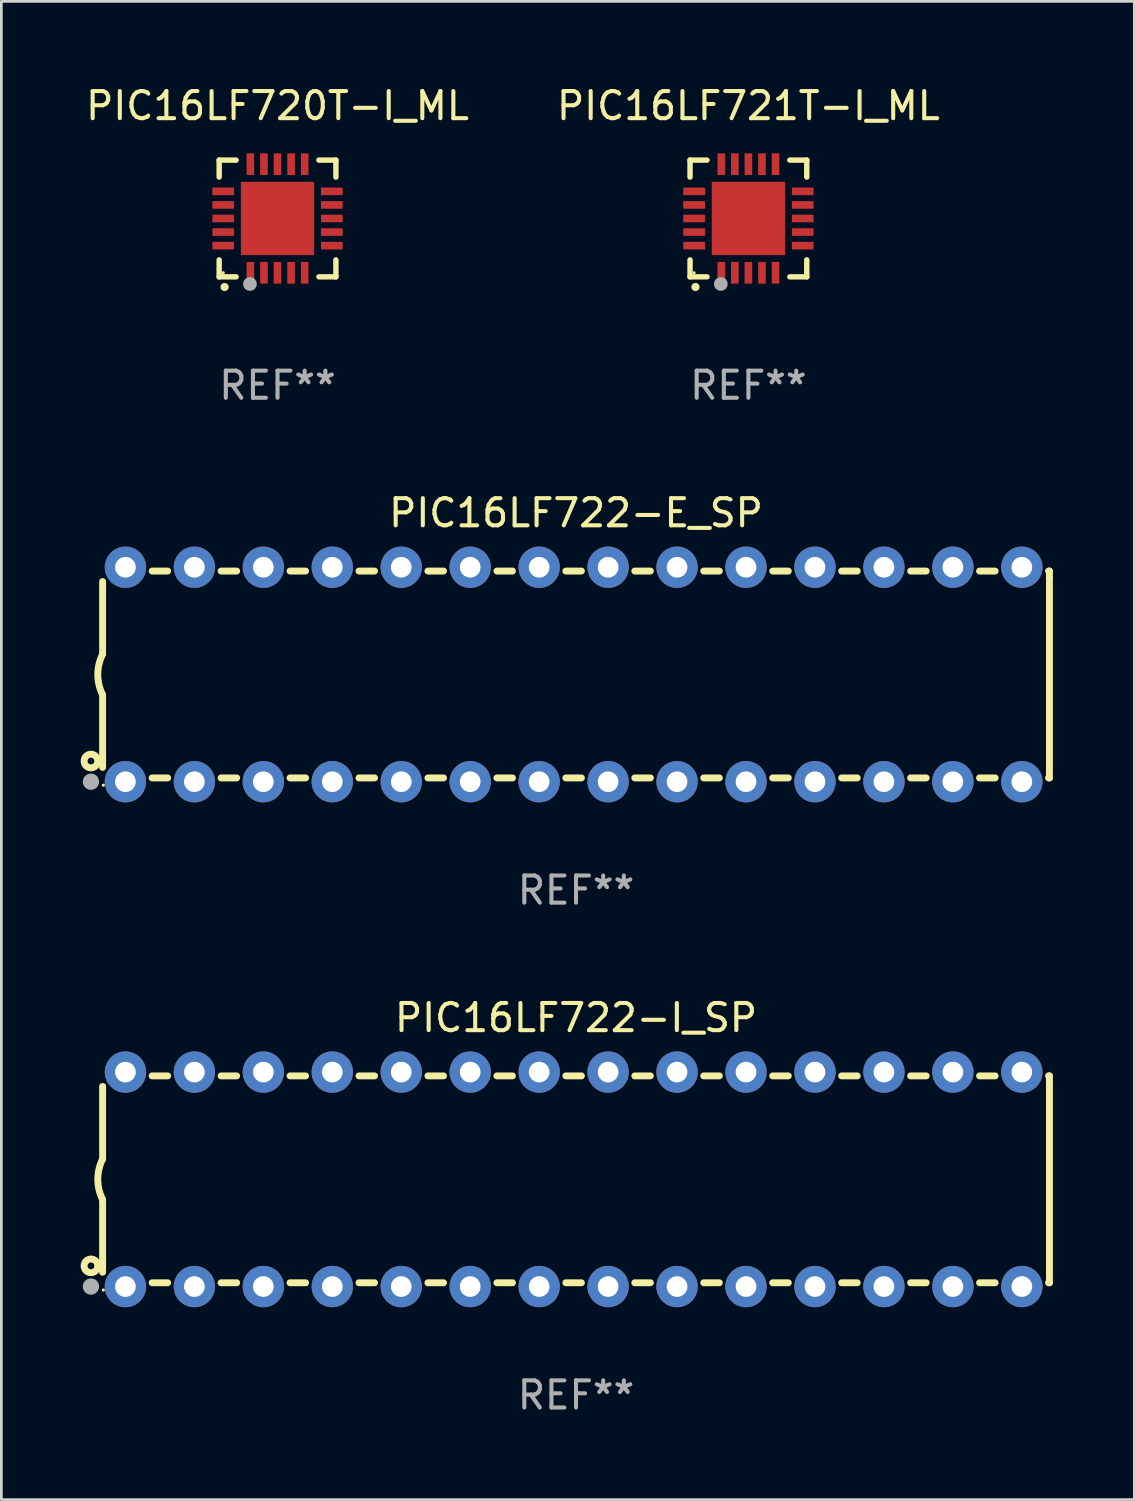
<source format=kicad_pcb>
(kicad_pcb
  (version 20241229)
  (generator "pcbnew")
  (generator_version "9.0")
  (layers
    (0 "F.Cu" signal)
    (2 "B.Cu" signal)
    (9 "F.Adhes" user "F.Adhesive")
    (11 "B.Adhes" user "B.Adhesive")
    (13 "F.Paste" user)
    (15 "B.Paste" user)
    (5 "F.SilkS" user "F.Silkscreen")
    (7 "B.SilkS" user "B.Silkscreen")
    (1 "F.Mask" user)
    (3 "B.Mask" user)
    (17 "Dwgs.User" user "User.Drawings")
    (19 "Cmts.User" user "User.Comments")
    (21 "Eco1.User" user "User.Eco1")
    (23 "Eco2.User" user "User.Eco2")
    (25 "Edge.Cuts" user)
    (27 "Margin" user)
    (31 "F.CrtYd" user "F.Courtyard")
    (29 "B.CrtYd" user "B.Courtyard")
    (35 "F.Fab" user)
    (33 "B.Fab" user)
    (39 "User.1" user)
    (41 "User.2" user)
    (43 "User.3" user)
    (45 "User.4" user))
  (footprint "PIC16LF722-I_SP"
    (layer "F.Cu")
    (at 18.168 40.391)
    (property "Reference" "PIC16LF722-I_SP" (at 0 -5.95 0) (layer "F.SilkS") (effects (font (size 1 1) (thickness 0.15))))
    (attr through_hole)
    (fp_line (start -17.438 0.75) (end -17.438 3.423) (stroke (width 0.254) (type solid)) (layer "F.SilkS"))
    (fp_line (start -17.438 -3.423) (end -17.438 -0.75) (stroke (width 0.254) (type solid)) (layer "F.SilkS"))
    (fp_line (start -15.615 3.81) (end -15.041 3.81) (stroke (width 0.254) (type solid)) (layer "F.SilkS"))
    (fp_line (start -15.041 -3.81) (end -15.614 -3.81) (stroke (width 0.254) (type solid)) (layer "F.SilkS"))
    (fp_line (start -13.075 3.81) (end -12.501 3.81) (stroke (width 0.254) (type solid)) (layer "F.SilkS"))
    (fp_line (start -12.501 -3.81) (end -13.074 -3.81) (stroke (width 0.254) (type solid)) (layer "F.SilkS"))
    (fp_line (start -10.535 3.81) (end -9.961 3.81) (stroke (width 0.254) (type solid)) (layer "F.SilkS"))
    (fp_line (start -9.961 -3.81) (end -10.534 -3.81) (stroke (width 0.254) (type solid)) (layer "F.SilkS"))
    (fp_line (start -7.995 3.81) (end -7.421 3.81) (stroke (width 0.254) (type solid)) (layer "F.SilkS"))
    (fp_line (start -7.421 -3.81) (end -7.995 -3.81) (stroke (width 0.254) (type solid)) (layer "F.SilkS"))
    (fp_line (start -5.455 3.81) (end -4.881 3.81) (stroke (width 0.254) (type solid)) (layer "F.SilkS"))
    (fp_line (start -4.881 -3.81) (end -5.455 -3.81) (stroke (width 0.254) (type solid)) (layer "F.SilkS"))
    (fp_line (start -2.915 3.81) (end -2.341 3.81) (stroke (width 0.254) (type solid)) (layer "F.SilkS"))
    (fp_line (start -2.341 -3.81) (end -2.915 -3.81) (stroke (width 0.254) (type solid)) (layer "F.SilkS"))
    (fp_line (start -0.375 3.81) (end 0.199 3.81) (stroke (width 0.254) (type solid)) (layer "F.SilkS"))
    (fp_line (start 0.199 -3.81) (end -0.375 -3.81) (stroke (width 0.254) (type solid)) (layer "F.SilkS"))
    (fp_line (start 2.165 3.81) (end 2.739 3.81) (stroke (width 0.254) (type solid)) (layer "F.SilkS"))
    (fp_line (start 2.739 -3.81) (end 2.165 -3.81) (stroke (width 0.254) (type solid)) (layer "F.SilkS"))
    (fp_line (start 4.705 3.81) (end 5.279 3.81) (stroke (width 0.254) (type solid)) (layer "F.SilkS"))
    (fp_line (start 5.279 -3.81) (end 4.705 -3.81) (stroke (width 0.254) (type solid)) (layer "F.SilkS"))
    (fp_line (start 7.245 3.81) (end 7.819 3.81) (stroke (width 0.254) (type solid)) (layer "F.SilkS"))
    (fp_line (start 7.819 -3.81) (end 7.245 -3.81) (stroke (width 0.254) (type solid)) (layer "F.SilkS"))
    (fp_line (start 9.785 3.81) (end 10.359 3.81) (stroke (width 0.254) (type solid)) (layer "F.SilkS"))
    (fp_line (start 10.359 -3.81) (end 9.785 -3.81) (stroke (width 0.254) (type solid)) (layer "F.SilkS"))
    (fp_line (start 12.325 3.81) (end 12.899 3.81) (stroke (width 0.254) (type solid)) (layer "F.SilkS"))
    (fp_line (start 12.899 -3.81) (end 12.325 -3.81) (stroke (width 0.254) (type solid)) (layer "F.SilkS"))
    (fp_line (start 14.865 3.81) (end 15.439 3.81) (stroke (width 0.254) (type solid)) (layer "F.SilkS"))
    (fp_line (start 15.439 -3.81) (end 14.865 -3.81) (stroke (width 0.254) (type solid)) (layer "F.SilkS"))
    (fp_line (start 17.405 3.81) (end 17.438 3.81) (stroke (width 0.254) (type solid)) (layer "F.SilkS"))
    (fp_line (start 17.438 -3.81) (end 17.405 -3.81) (stroke (width 0.254) (type solid)) (layer "F.SilkS"))
    (fp_line (start 17.438 -3.556) (end 17.438 -3.81) (stroke (width 0.254) (type solid)) (layer "F.SilkS"))
    (fp_line (start 17.438 3.81) (end 17.438 -3.556) (stroke (width 0.254) (type solid)) (layer "F.SilkS"))
    (fp_arc (start -17.437986 0.749657) (mid -17.614887 -0.000024) (end -17.437783 -0.749657) (stroke (width 0.254001) (type solid)) (layer "F.SilkS"))
    (fp_circle (center -17.868 3.188) (end -17.743 3.188) (stroke (width 0.254) (type solid)) (fill no) (layer "F.SilkS"))
    (fp_circle (center -17.411 4.077) (end -17.381 4.077) (stroke (width 0.06) (type solid)) (fill no) (layer "F.SilkS"))
    (fp_circle (center -17.868 3.95) (end -17.718 3.95) (stroke (width 0.3) (type solid)) (fill no) (layer "F.Fab"))
    (fp_text user "REF**" (at 0 7.95 0) (layer "F.Fab") (effects (font (size 1 1) (thickness 0.15))))
    (pad "1" thru_hole circle (at -16.598 3.95) (size 1.524 1.524) (drill 0.762) (layers "*.Cu" "*.Mask"))
    (pad "2" thru_hole circle (at -14.058 3.95) (size 1.524 1.524) (drill 0.762) (layers "*.Cu" "*.Mask"))
    (pad "3" thru_hole circle (at -11.518 3.95) (size 1.524 1.524) (drill 0.762) (layers "*.Cu" "*.Mask"))
    (pad "4" thru_hole circle (at -8.978 3.95) (size 1.524 1.524) (drill 0.762) (layers "*.Cu" "*.Mask"))
    (pad "5" thru_hole circle (at -6.438 3.95) (size 1.524 1.524) (drill 0.762) (layers "*.Cu" "*.Mask"))
    (pad "6" thru_hole circle (at -3.898 3.95) (size 1.524 1.524) (drill 0.762) (layers "*.Cu" "*.Mask"))
    (pad "7" thru_hole circle (at -1.358 3.95) (size 1.524 1.524) (drill 0.762) (layers "*.Cu" "*.Mask"))
    (pad "8" thru_hole circle (at 1.182 3.95) (size 1.524 1.524) (drill 0.762) (layers "*.Cu" "*.Mask"))
    (pad "9" thru_hole circle (at 3.722 3.95) (size 1.524 1.524) (drill 0.762) (layers "*.Cu" "*.Mask"))
    (pad "10" thru_hole circle (at 6.262 3.95) (size 1.524 1.524) (drill 0.762) (layers "*.Cu" "*.Mask"))
    (pad "11" thru_hole circle (at 8.802 3.95) (size 1.524 1.524) (drill 0.762) (layers "*.Cu" "*.Mask"))
    (pad "12" thru_hole circle (at 11.342 3.95) (size 1.524 1.524) (drill 0.762) (layers "*.Cu" "*.Mask"))
    (pad "13" thru_hole circle (at 13.882 3.95) (size 1.524 1.524) (drill 0.762) (layers "*.Cu" "*.Mask"))
    (pad "14" thru_hole circle (at 16.422 3.95) (size 1.524 1.524) (drill 0.762) (layers "*.Cu" "*.Mask"))
    (pad "15" thru_hole circle (at 16.422 -3.95) (size 1.524 1.524) (drill 0.762) (layers "*.Cu" "*.Mask"))
    (pad "16" thru_hole circle (at 13.882 -3.95) (size 1.524 1.524) (drill 0.762) (layers "*.Cu" "*.Mask"))
    (pad "17" thru_hole circle (at 11.342 -3.95) (size 1.524 1.524) (drill 0.762) (layers "*.Cu" "*.Mask"))
    (pad "18" thru_hole circle (at 8.802 -3.95) (size 1.524 1.524) (drill 0.762) (layers "*.Cu" "*.Mask"))
    (pad "19" thru_hole circle (at 6.262 -3.95) (size 1.524 1.524) (drill 0.762) (layers "*.Cu" "*.Mask"))
    (pad "20" thru_hole circle (at 3.722 -3.95) (size 1.524 1.524) (drill 0.762) (layers "*.Cu" "*.Mask"))
    (pad "21" thru_hole circle (at 1.182 -3.95) (size 1.524 1.524) (drill 0.762) (layers "*.Cu" "*.Mask"))
    (pad "22" thru_hole circle (at -1.358 -3.95) (size 1.524 1.524) (drill 0.762) (layers "*.Cu" "*.Mask"))
    (pad "23" thru_hole circle (at -3.898 -3.95) (size 1.524 1.524) (drill 0.762) (layers "*.Cu" "*.Mask"))
    (pad "24" thru_hole circle (at -6.438 -3.95) (size 1.524 1.524) (drill 0.762) (layers "*.Cu" "*.Mask"))
    (pad "25" thru_hole circle (at -8.978 -3.95) (size 1.524 1.524) (drill 0.762) (layers "*.Cu" "*.Mask"))
    (pad "26" thru_hole circle (at -11.517 -3.95) (size 1.524 1.524) (drill 0.762) (layers "*.Cu" "*.Mask"))
    (pad "27" thru_hole circle (at -14.057 -3.95) (size 1.524 1.524) (drill 0.762) (layers "*.Cu" "*.Mask"))
    (pad "28" thru_hole circle (at -16.597 -3.95) (size 1.524 1.524) (drill 0.762) (layers "*.Cu" "*.Mask")))
  (footprint "PIC16LF722-E_SP"
    (layer "F.Cu")
    (at 18.168 21.795)
    (property "Reference" "PIC16LF722-E_SP" (at 0 -5.95 0) (layer "F.SilkS") (effects (font (size 1 1) (thickness 0.15))))
    (attr through_hole)
    (fp_line (start -17.438 0.75) (end -17.438 3.423) (stroke (width 0.254) (type solid)) (layer "F.SilkS"))
    (fp_line (start -17.438 -3.423) (end -17.438 -0.75) (stroke (width 0.254) (type solid)) (layer "F.SilkS"))
    (fp_line (start -15.615 3.81) (end -15.041 3.81) (stroke (width 0.254) (type solid)) (layer "F.SilkS"))
    (fp_line (start -15.041 -3.81) (end -15.614 -3.81) (stroke (width 0.254) (type solid)) (layer "F.SilkS"))
    (fp_line (start -13.075 3.81) (end -12.501 3.81) (stroke (width 0.254) (type solid)) (layer "F.SilkS"))
    (fp_line (start -12.501 -3.81) (end -13.074 -3.81) (stroke (width 0.254) (type solid)) (layer "F.SilkS"))
    (fp_line (start -10.535 3.81) (end -9.961 3.81) (stroke (width 0.254) (type solid)) (layer "F.SilkS"))
    (fp_line (start -9.961 -3.81) (end -10.534 -3.81) (stroke (width 0.254) (type solid)) (layer "F.SilkS"))
    (fp_line (start -7.995 3.81) (end -7.421 3.81) (stroke (width 0.254) (type solid)) (layer "F.SilkS"))
    (fp_line (start -7.421 -3.81) (end -7.995 -3.81) (stroke (width 0.254) (type solid)) (layer "F.SilkS"))
    (fp_line (start -5.455 3.81) (end -4.881 3.81) (stroke (width 0.254) (type solid)) (layer "F.SilkS"))
    (fp_line (start -4.881 -3.81) (end -5.455 -3.81) (stroke (width 0.254) (type solid)) (layer "F.SilkS"))
    (fp_line (start -2.915 3.81) (end -2.341 3.81) (stroke (width 0.254) (type solid)) (layer "F.SilkS"))
    (fp_line (start -2.341 -3.81) (end -2.915 -3.81) (stroke (width 0.254) (type solid)) (layer "F.SilkS"))
    (fp_line (start -0.375 3.81) (end 0.199 3.81) (stroke (width 0.254) (type solid)) (layer "F.SilkS"))
    (fp_line (start 0.199 -3.81) (end -0.375 -3.81) (stroke (width 0.254) (type solid)) (layer "F.SilkS"))
    (fp_line (start 2.165 3.81) (end 2.739 3.81) (stroke (width 0.254) (type solid)) (layer "F.SilkS"))
    (fp_line (start 2.739 -3.81) (end 2.165 -3.81) (stroke (width 0.254) (type solid)) (layer "F.SilkS"))
    (fp_line (start 4.705 3.81) (end 5.279 3.81) (stroke (width 0.254) (type solid)) (layer "F.SilkS"))
    (fp_line (start 5.279 -3.81) (end 4.705 -3.81) (stroke (width 0.254) (type solid)) (layer "F.SilkS"))
    (fp_line (start 7.245 3.81) (end 7.819 3.81) (stroke (width 0.254) (type solid)) (layer "F.SilkS"))
    (fp_line (start 7.819 -3.81) (end 7.245 -3.81) (stroke (width 0.254) (type solid)) (layer "F.SilkS"))
    (fp_line (start 9.785 3.81) (end 10.359 3.81) (stroke (width 0.254) (type solid)) (layer "F.SilkS"))
    (fp_line (start 10.359 -3.81) (end 9.785 -3.81) (stroke (width 0.254) (type solid)) (layer "F.SilkS"))
    (fp_line (start 12.325 3.81) (end 12.899 3.81) (stroke (width 0.254) (type solid)) (layer "F.SilkS"))
    (fp_line (start 12.899 -3.81) (end 12.325 -3.81) (stroke (width 0.254) (type solid)) (layer "F.SilkS"))
    (fp_line (start 14.865 3.81) (end 15.439 3.81) (stroke (width 0.254) (type solid)) (layer "F.SilkS"))
    (fp_line (start 15.439 -3.81) (end 14.865 -3.81) (stroke (width 0.254) (type solid)) (layer "F.SilkS"))
    (fp_line (start 17.405 3.81) (end 17.438 3.81) (stroke (width 0.254) (type solid)) (layer "F.SilkS"))
    (fp_line (start 17.438 -3.81) (end 17.405 -3.81) (stroke (width 0.254) (type solid)) (layer "F.SilkS"))
    (fp_line (start 17.438 -3.556) (end 17.438 -3.81) (stroke (width 0.254) (type solid)) (layer "F.SilkS"))
    (fp_line (start 17.438 3.81) (end 17.438 -3.556) (stroke (width 0.254) (type solid)) (layer "F.SilkS"))
    (fp_arc (start -17.437986 0.749657) (mid -17.614887 -0.000024) (end -17.437783 -0.749657) (stroke (width 0.254001) (type solid)) (layer "F.SilkS"))
    (fp_circle (center -17.868 3.188) (end -17.743 3.188) (stroke (width 0.254) (type solid)) (fill no) (layer "F.SilkS"))
    (fp_circle (center -17.411 4.077) (end -17.381 4.077) (stroke (width 0.06) (type solid)) (fill no) (layer "F.SilkS"))
    (fp_circle (center -17.868 3.95) (end -17.718 3.95) (stroke (width 0.3) (type solid)) (fill no) (layer "F.Fab"))
    (fp_text user "REF**" (at 0 7.95 0) (layer "F.Fab") (effects (font (size 1 1) (thickness 0.15))))
    (pad "1" thru_hole circle (at -16.598 3.95) (size 1.524 1.524) (drill 0.762) (layers "*.Cu" "*.Mask"))
    (pad "2" thru_hole circle (at -14.058 3.95) (size 1.524 1.524) (drill 0.762) (layers "*.Cu" "*.Mask"))
    (pad "3" thru_hole circle (at -11.518 3.95) (size 1.524 1.524) (drill 0.762) (layers "*.Cu" "*.Mask"))
    (pad "4" thru_hole circle (at -8.978 3.95) (size 1.524 1.524) (drill 0.762) (layers "*.Cu" "*.Mask"))
    (pad "5" thru_hole circle (at -6.438 3.95) (size 1.524 1.524) (drill 0.762) (layers "*.Cu" "*.Mask"))
    (pad "6" thru_hole circle (at -3.898 3.95) (size 1.524 1.524) (drill 0.762) (layers "*.Cu" "*.Mask"))
    (pad "7" thru_hole circle (at -1.358 3.95) (size 1.524 1.524) (drill 0.762) (layers "*.Cu" "*.Mask"))
    (pad "8" thru_hole circle (at 1.182 3.95) (size 1.524 1.524) (drill 0.762) (layers "*.Cu" "*.Mask"))
    (pad "9" thru_hole circle (at 3.722 3.95) (size 1.524 1.524) (drill 0.762) (layers "*.Cu" "*.Mask"))
    (pad "10" thru_hole circle (at 6.262 3.95) (size 1.524 1.524) (drill 0.762) (layers "*.Cu" "*.Mask"))
    (pad "11" thru_hole circle (at 8.802 3.95) (size 1.524 1.524) (drill 0.762) (layers "*.Cu" "*.Mask"))
    (pad "12" thru_hole circle (at 11.342 3.95) (size 1.524 1.524) (drill 0.762) (layers "*.Cu" "*.Mask"))
    (pad "13" thru_hole circle (at 13.882 3.95) (size 1.524 1.524) (drill 0.762) (layers "*.Cu" "*.Mask"))
    (pad "14" thru_hole circle (at 16.422 3.95) (size 1.524 1.524) (drill 0.762) (layers "*.Cu" "*.Mask"))
    (pad "15" thru_hole circle (at 16.422 -3.95) (size 1.524 1.524) (drill 0.762) (layers "*.Cu" "*.Mask"))
    (pad "16" thru_hole circle (at 13.882 -3.95) (size 1.524 1.524) (drill 0.762) (layers "*.Cu" "*.Mask"))
    (pad "17" thru_hole circle (at 11.342 -3.95) (size 1.524 1.524) (drill 0.762) (layers "*.Cu" "*.Mask"))
    (pad "18" thru_hole circle (at 8.802 -3.95) (size 1.524 1.524) (drill 0.762) (layers "*.Cu" "*.Mask"))
    (pad "19" thru_hole circle (at 6.262 -3.95) (size 1.524 1.524) (drill 0.762) (layers "*.Cu" "*.Mask"))
    (pad "20" thru_hole circle (at 3.722 -3.95) (size 1.524 1.524) (drill 0.762) (layers "*.Cu" "*.Mask"))
    (pad "21" thru_hole circle (at 1.182 -3.95) (size 1.524 1.524) (drill 0.762) (layers "*.Cu" "*.Mask"))
    (pad "22" thru_hole circle (at -1.358 -3.95) (size 1.524 1.524) (drill 0.762) (layers "*.Cu" "*.Mask"))
    (pad "23" thru_hole circle (at -3.898 -3.95) (size 1.524 1.524) (drill 0.762) (layers "*.Cu" "*.Mask"))
    (pad "24" thru_hole circle (at -6.438 -3.95) (size 1.524 1.524) (drill 0.762) (layers "*.Cu" "*.Mask"))
    (pad "25" thru_hole circle (at -8.978 -3.95) (size 1.524 1.524) (drill 0.762) (layers "*.Cu" "*.Mask"))
    (pad "26" thru_hole circle (at -11.517 -3.95) (size 1.524 1.524) (drill 0.762) (layers "*.Cu" "*.Mask"))
    (pad "27" thru_hole circle (at -14.057 -3.95) (size 1.524 1.524) (drill 0.762) (layers "*.Cu" "*.Mask"))
    (pad "28" thru_hole circle (at -16.597 -3.95) (size 1.524 1.524) (drill 0.762) (layers "*.Cu" "*.Mask")))
  (footprint "PIC16LF721T-I_ML"
    (layer "F.Cu")
    (at 24.518 4.998)
    (property "Reference" "PIC16LF721T-I_ML" (at 0 -4.15 0) (layer "F.SilkS") (effects (font (size 1 1) (thickness 0.15))))
    (attr through_hole)
    (fp_line (start -2.15 -2.15) (end -2.15 -1.525) (stroke (width 0.2) (type solid)) (layer "F.SilkS"))
    (fp_line (start -2.15 2.15) (end -2.15 1.525) (stroke (width 0.2) (type solid)) (layer "F.SilkS"))
    (fp_line (start -1.525 -2.15) (end -2.15 -2.15) (stroke (width 0.2) (type solid)) (layer "F.SilkS"))
    (fp_line (start -1.525 2.15) (end -2.15 2.15) (stroke (width 0.2) (type solid)) (layer "F.SilkS"))
    (fp_line (start 1.525 2.15) (end 2.15 2.15) (stroke (width 0.2) (type solid)) (layer "F.SilkS"))
    (fp_line (start 2.15 -2.15) (end 1.525 -2.15) (stroke (width 0.2) (type solid)) (layer "F.SilkS"))
    (fp_line (start 2.15 -1.525) (end 2.15 -2.15) (stroke (width 0.2) (type solid)) (layer "F.SilkS"))
    (fp_line (start 2.15 2.15) (end 2.15 1.525) (stroke (width 0.2) (type solid)) (layer "F.SilkS"))
    (fp_arc (start -1.950724 2.524765) (mid -1.949454 2.52476) (end -1.948184 2.524765) (stroke (width 0.3) (type solid)) (layer "F.SilkS"))
    (fp_circle (center -2 2) (end -1.97 2) (stroke (width 0.06) (type solid)) (fill no) (layer "F.SilkS"))
    (fp_circle (center -1.016 2.413) (end -0.889 2.413) (stroke (width 0.254) (type solid)) (fill no) (layer "F.Fab"))
    (fp_text user "REF**" (at 0 6.15 0) (layer "F.Fab") (effects (font (size 1 1) (thickness 0.15))))
    (pad "1" smd rect (at -1 2) (size 0.28 0.8) (layers "F.Cu" "F.Mask" "F.Paste"))
    (pad "2" smd rect (at -0.5 2) (size 0.28 0.8) (layers "F.Cu" "F.Mask" "F.Paste"))
    (pad "3" smd rect (at 0 2) (size 0.28 0.8) (layers "F.Cu" "F.Mask" "F.Paste"))
    (pad "4" smd rect (at 0.5 2) (size 0.28 0.8) (layers "F.Cu" "F.Mask" "F.Paste"))
    (pad "5" smd rect (at 1 2) (size 0.28 0.8) (layers "F.Cu" "F.Mask" "F.Paste"))
    (pad "6" smd rect (at 2 1) (size 0.8 0.28) (layers "F.Cu" "F.Mask" "F.Paste"))
    (pad "7" smd rect (at 2 0.5) (size 0.8 0.28) (layers "F.Cu" "F.Mask" "F.Paste"))
    (pad "8" smd rect (at 2 0) (size 0.8 0.28) (layers "F.Cu" "F.Mask" "F.Paste"))
    (pad "9" smd rect (at 2 -0.5) (size 0.8 0.28) (layers "F.Cu" "F.Mask" "F.Paste"))
    (pad "10" smd rect (at 2 -1) (size 0.8 0.28) (layers "F.Cu" "F.Mask" "F.Paste"))
    (pad "11" smd rect (at 1 -2) (size 0.28 0.8) (layers "F.Cu" "F.Mask" "F.Paste"))
    (pad "12" smd rect (at 0.5 -2) (size 0.28 0.8) (layers "F.Cu" "F.Mask" "F.Paste"))
    (pad "13" smd rect (at 0 -2) (size 0.28 0.8) (layers "F.Cu" "F.Mask" "F.Paste"))
    (pad "14" smd rect (at -0.5 -2) (size 0.28 0.8) (layers "F.Cu" "F.Mask" "F.Paste"))
    (pad "15" smd rect (at -1 -2) (size 0.28 0.8) (layers "F.Cu" "F.Mask" "F.Paste"))
    (pad "16" smd rect (at -2 -1) (size 0.8 0.28) (layers "F.Cu" "F.Mask" "F.Paste"))
    (pad "17" smd rect (at -2 -0.5) (size 0.8 0.28) (layers "F.Cu" "F.Mask" "F.Paste"))
    (pad "18" smd rect (at -2 0) (size 0.8 0.28) (layers "F.Cu" "F.Mask" "F.Paste"))
    (pad "19" smd rect (at -2 0.5) (size 0.8 0.28) (layers "F.Cu" "F.Mask" "F.Paste"))
    (pad "20" smd rect (at -2 1) (size 0.8 0.28) (layers "F.Cu" "F.Mask" "F.Paste"))
    (pad "21" smd rect (at 0 0) (size 2.7 2.7) (layers "F.Cu" "F.Mask" "F.Paste")))
  (footprint "PIC16LF720T-I_ML"
    (layer "F.Cu")
    (at 7.173 4.998)
    (property "Reference" "PIC16LF720T-I_ML" (at 0 -4.15 0) (layer "F.SilkS") (effects (font (size 1 1) (thickness 0.15))))
    (attr through_hole)
    (fp_line (start -2.15 -2.15) (end -2.15 -1.525) (stroke (width 0.2) (type solid)) (layer "F.SilkS"))
    (fp_line (start -2.15 2.15) (end -2.15 1.525) (stroke (width 0.2) (type solid)) (layer "F.SilkS"))
    (fp_line (start -1.525 -2.15) (end -2.15 -2.15) (stroke (width 0.2) (type solid)) (layer "F.SilkS"))
    (fp_line (start -1.525 2.15) (end -2.15 2.15) (stroke (width 0.2) (type solid)) (layer "F.SilkS"))
    (fp_line (start 1.525 2.15) (end 2.15 2.15) (stroke (width 0.2) (type solid)) (layer "F.SilkS"))
    (fp_line (start 2.15 -2.15) (end 1.525 -2.15) (stroke (width 0.2) (type solid)) (layer "F.SilkS"))
    (fp_line (start 2.15 -1.525) (end 2.15 -2.15) (stroke (width 0.2) (type solid)) (layer "F.SilkS"))
    (fp_line (start 2.15 2.15) (end 2.15 1.525) (stroke (width 0.2) (type solid)) (layer "F.SilkS"))
    (fp_arc (start -1.950724 2.524765) (mid -1.949454 2.52476) (end -1.948184 2.524765) (stroke (width 0.3) (type solid)) (layer "F.SilkS"))
    (fp_circle (center -2 2) (end -1.97 2) (stroke (width 0.06) (type solid)) (fill no) (layer "F.SilkS"))
    (fp_circle (center -1.016 2.413) (end -0.889 2.413) (stroke (width 0.254) (type solid)) (fill no) (layer "F.Fab"))
    (fp_text user "REF**" (at 0 6.15 0) (layer "F.Fab") (effects (font (size 1 1) (thickness 0.15))))
    (pad "1" smd rect (at -1 2) (size 0.28 0.8) (layers "F.Cu" "F.Mask" "F.Paste"))
    (pad "2" smd rect (at -0.5 2) (size 0.28 0.8) (layers "F.Cu" "F.Mask" "F.Paste"))
    (pad "3" smd rect (at 0 2) (size 0.28 0.8) (layers "F.Cu" "F.Mask" "F.Paste"))
    (pad "4" smd rect (at 0.5 2) (size 0.28 0.8) (layers "F.Cu" "F.Mask" "F.Paste"))
    (pad "5" smd rect (at 1 2) (size 0.28 0.8) (layers "F.Cu" "F.Mask" "F.Paste"))
    (pad "6" smd rect (at 2 1) (size 0.8 0.28) (layers "F.Cu" "F.Mask" "F.Paste"))
    (pad "7" smd rect (at 2 0.5) (size 0.8 0.28) (layers "F.Cu" "F.Mask" "F.Paste"))
    (pad "8" smd rect (at 2 0) (size 0.8 0.28) (layers "F.Cu" "F.Mask" "F.Paste"))
    (pad "9" smd rect (at 2 -0.5) (size 0.8 0.28) (layers "F.Cu" "F.Mask" "F.Paste"))
    (pad "10" smd rect (at 2 -1) (size 0.8 0.28) (layers "F.Cu" "F.Mask" "F.Paste"))
    (pad "11" smd rect (at 1 -2) (size 0.28 0.8) (layers "F.Cu" "F.Mask" "F.Paste"))
    (pad "12" smd rect (at 0.5 -2) (size 0.28 0.8) (layers "F.Cu" "F.Mask" "F.Paste"))
    (pad "13" smd rect (at 0 -2) (size 0.28 0.8) (layers "F.Cu" "F.Mask" "F.Paste"))
    (pad "14" smd rect (at -0.5 -2) (size 0.28 0.8) (layers "F.Cu" "F.Mask" "F.Paste"))
    (pad "15" smd rect (at -1 -2) (size 0.28 0.8) (layers "F.Cu" "F.Mask" "F.Paste"))
    (pad "16" smd rect (at -2 -1) (size 0.8 0.28) (layers "F.Cu" "F.Mask" "F.Paste"))
    (pad "17" smd rect (at -2 -0.5) (size 0.8 0.28) (layers "F.Cu" "F.Mask" "F.Paste"))
    (pad "18" smd rect (at -2 0) (size 0.8 0.28) (layers "F.Cu" "F.Mask" "F.Paste"))
    (pad "19" smd rect (at -2 0.5) (size 0.8 0.28) (layers "F.Cu" "F.Mask" "F.Paste"))
    (pad "20" smd rect (at -2 1) (size 0.8 0.28) (layers "F.Cu" "F.Mask" "F.Paste"))
    (pad "21" smd rect (at 0 0) (size 2.7 2.7) (layers "F.Cu" "F.Mask" "F.Paste")))
  (gr_rect
    (start -3 -3)
    (end 38.733 52.189)
    (stroke (width 0.1) (type default))
    (fill no)
    (layer "Edge.Cuts")))
</source>
